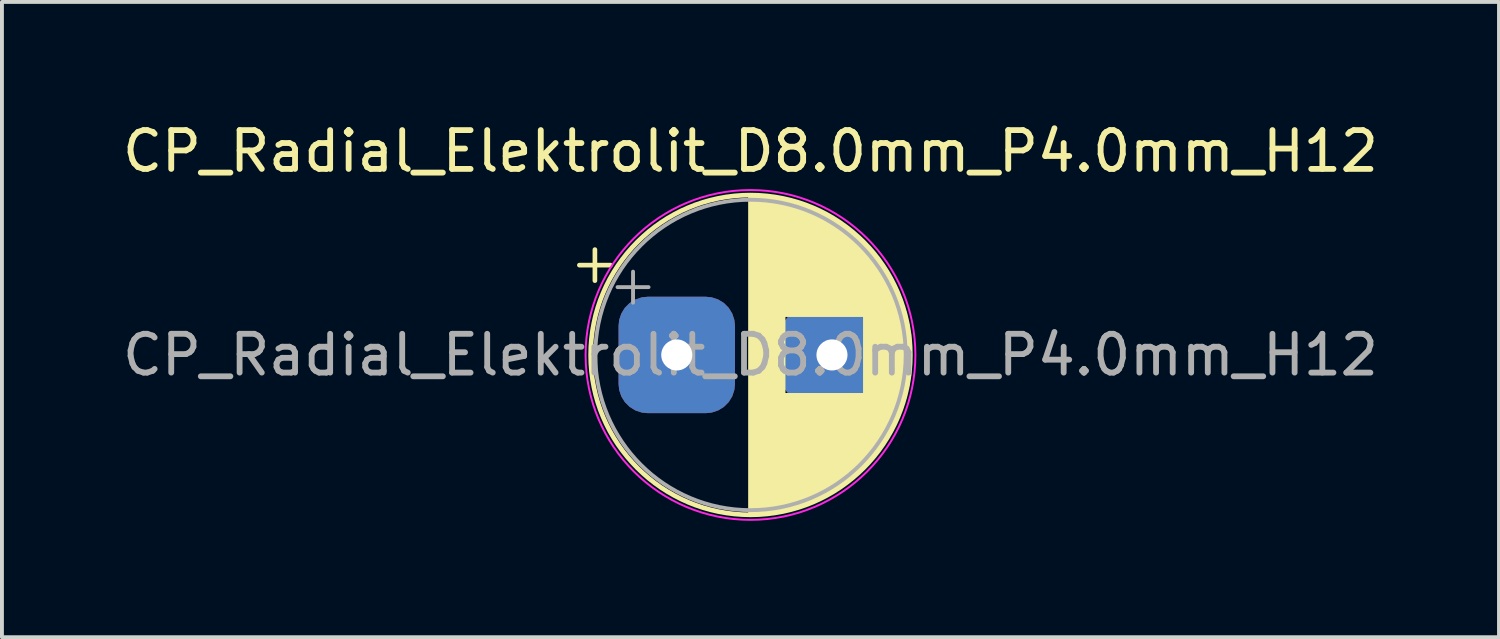
<source format=kicad_pcb>
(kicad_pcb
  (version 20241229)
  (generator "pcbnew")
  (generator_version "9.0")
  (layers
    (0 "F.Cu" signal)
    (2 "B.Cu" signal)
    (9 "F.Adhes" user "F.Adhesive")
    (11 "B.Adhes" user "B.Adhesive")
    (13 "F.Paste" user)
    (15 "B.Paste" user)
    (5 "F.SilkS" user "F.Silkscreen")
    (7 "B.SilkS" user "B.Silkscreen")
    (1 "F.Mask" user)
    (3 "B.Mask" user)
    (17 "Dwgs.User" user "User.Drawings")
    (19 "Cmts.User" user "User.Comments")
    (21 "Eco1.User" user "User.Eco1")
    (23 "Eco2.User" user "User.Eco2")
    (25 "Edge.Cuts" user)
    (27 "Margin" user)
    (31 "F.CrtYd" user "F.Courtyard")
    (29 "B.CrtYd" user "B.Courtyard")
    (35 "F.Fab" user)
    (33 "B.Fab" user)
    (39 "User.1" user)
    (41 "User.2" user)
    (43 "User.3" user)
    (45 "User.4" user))
  (footprint "CP_Radial_Elektrolit_D8.0mm_P4.0mm_H12"
    (layer "F.Cu")
    (at 14.392 6.098)
    (property "Reference" "CP_Radial_Elektrolit_D8.0mm_P4.0mm_H12" (at 1.9 -5.25 0) (layer "F.SilkS") (effects (font (size 1 1) (thickness 0.15))))
    (attr through_hole)
    (fp_line (start -2.51 -2.315) (end -1.71 -2.315) (stroke (width 0.12) (type solid)) (layer "F.SilkS"))
    (fp_line (start -2.11 -2.715) (end -2.11 -1.915) (stroke (width 0.12) (type solid)) (layer "F.SilkS"))
    (fp_line (start 1.9 -4.08) (end 1.9 4.08) (stroke (width 0.12) (type solid)) (layer "F.SilkS"))
    (fp_line (start 1.94 -4.08) (end 1.94 4.08) (stroke (width 0.12) (type solid)) (layer "F.SilkS"))
    (fp_line (start 1.98 -4.08) (end 1.98 4.08) (stroke (width 0.12) (type solid)) (layer "F.SilkS"))
    (fp_line (start 2.02 -4.079) (end 2.02 4.079) (stroke (width 0.12) (type solid)) (layer "F.SilkS"))
    (fp_line (start 2.06 -4.077) (end 2.06 4.077) (stroke (width 0.12) (type solid)) (layer "F.SilkS"))
    (fp_line (start 2.1 -4.076) (end 2.1 4.076) (stroke (width 0.12) (type solid)) (layer "F.SilkS"))
    (fp_line (start 2.14 -4.074) (end 2.14 4.074) (stroke (width 0.12) (type solid)) (layer "F.SilkS"))
    (fp_line (start 2.18 -4.071) (end 2.18 4.071) (stroke (width 0.12) (type solid)) (layer "F.SilkS"))
    (fp_line (start 2.22 -4.068) (end 2.22 4.068) (stroke (width 0.12) (type solid)) (layer "F.SilkS"))
    (fp_line (start 2.26 -4.065) (end 2.26 4.065) (stroke (width 0.12) (type solid)) (layer "F.SilkS"))
    (fp_line (start 2.3 -4.061) (end 2.3 4.061) (stroke (width 0.12) (type solid)) (layer "F.SilkS"))
    (fp_line (start 2.34 -4.057) (end 2.34 4.057) (stroke (width 0.12) (type solid)) (layer "F.SilkS"))
    (fp_line (start 2.38 -4.052) (end 2.38 4.052) (stroke (width 0.12) (type solid)) (layer "F.SilkS"))
    (fp_line (start 2.42 -4.048) (end 2.42 4.048) (stroke (width 0.12) (type solid)) (layer "F.SilkS"))
    (fp_line (start 2.46 -4.042) (end 2.46 4.042) (stroke (width 0.12) (type solid)) (layer "F.SilkS"))
    (fp_line (start 2.5 -4.037) (end 2.5 4.037) (stroke (width 0.12) (type solid)) (layer "F.SilkS"))
    (fp_line (start 2.54 -4.03) (end 2.54 4.03) (stroke (width 0.12) (type solid)) (layer "F.SilkS"))
    (fp_line (start 2.58 -4.024) (end 2.58 4.024) (stroke (width 0.12) (type solid)) (layer "F.SilkS"))
    (fp_line (start 2.621 -4.017) (end 2.621 4.017) (stroke (width 0.12) (type solid)) (layer "F.SilkS"))
    (fp_line (start 2.661 -4.01) (end 2.661 4.01) (stroke (width 0.12) (type solid)) (layer "F.SilkS"))
    (fp_line (start 2.701 -4.002) (end 2.701 4.002) (stroke (width 0.12) (type solid)) (layer "F.SilkS"))
    (fp_line (start 2.741 -3.994) (end 2.741 3.994) (stroke (width 0.12) (type solid)) (layer "F.SilkS"))
    (fp_line (start 2.781 -3.985) (end 2.781 -1.04) (stroke (width 0.12) (type solid)) (layer "F.SilkS"))
    (fp_line (start 2.781 1.04) (end 2.781 3.985) (stroke (width 0.12) (type solid)) (layer "F.SilkS"))
    (fp_line (start 2.821 -3.976) (end 2.821 -1.04) (stroke (width 0.12) (type solid)) (layer "F.SilkS"))
    (fp_line (start 2.821 1.04) (end 2.821 3.976) (stroke (width 0.12) (type solid)) (layer "F.SilkS"))
    (fp_line (start 2.861 -3.967) (end 2.861 -1.04) (stroke (width 0.12) (type solid)) (layer "F.SilkS"))
    (fp_line (start 2.861 1.04) (end 2.861 3.967) (stroke (width 0.12) (type solid)) (layer "F.SilkS"))
    (fp_line (start 2.901 -3.957) (end 2.901 -1.04) (stroke (width 0.12) (type solid)) (layer "F.SilkS"))
    (fp_line (start 2.901 1.04) (end 2.901 3.957) (stroke (width 0.12) (type solid)) (layer "F.SilkS"))
    (fp_line (start 2.941 -3.947) (end 2.941 -1.04) (stroke (width 0.12) (type solid)) (layer "F.SilkS"))
    (fp_line (start 2.941 1.04) (end 2.941 3.947) (stroke (width 0.12) (type solid)) (layer "F.SilkS"))
    (fp_line (start 2.981 -3.936) (end 2.981 -1.04) (stroke (width 0.12) (type solid)) (layer "F.SilkS"))
    (fp_line (start 2.981 1.04) (end 2.981 3.936) (stroke (width 0.12) (type solid)) (layer "F.SilkS"))
    (fp_line (start 3.021 -3.925) (end 3.021 -1.04) (stroke (width 0.12) (type solid)) (layer "F.SilkS"))
    (fp_line (start 3.021 1.04) (end 3.021 3.925) (stroke (width 0.12) (type solid)) (layer "F.SilkS"))
    (fp_line (start 3.061 -3.914) (end 3.061 -1.04) (stroke (width 0.12) (type solid)) (layer "F.SilkS"))
    (fp_line (start 3.061 1.04) (end 3.061 3.914) (stroke (width 0.12) (type solid)) (layer "F.SilkS"))
    (fp_line (start 3.101 -3.902) (end 3.101 -1.04) (stroke (width 0.12) (type solid)) (layer "F.SilkS"))
    (fp_line (start 3.101 1.04) (end 3.101 3.902) (stroke (width 0.12) (type solid)) (layer "F.SilkS"))
    (fp_line (start 3.141 -3.889) (end 3.141 -1.04) (stroke (width 0.12) (type solid)) (layer "F.SilkS"))
    (fp_line (start 3.141 1.04) (end 3.141 3.889) (stroke (width 0.12) (type solid)) (layer "F.SilkS"))
    (fp_line (start 3.181 -3.877) (end 3.181 -1.04) (stroke (width 0.12) (type solid)) (layer "F.SilkS"))
    (fp_line (start 3.181 1.04) (end 3.181 3.877) (stroke (width 0.12) (type solid)) (layer "F.SilkS"))
    (fp_line (start 3.221 -3.863) (end 3.221 -1.04) (stroke (width 0.12) (type solid)) (layer "F.SilkS"))
    (fp_line (start 3.221 1.04) (end 3.221 3.863) (stroke (width 0.12) (type solid)) (layer "F.SilkS"))
    (fp_line (start 3.261 -3.85) (end 3.261 -1.04) (stroke (width 0.12) (type solid)) (layer "F.SilkS"))
    (fp_line (start 3.261 1.04) (end 3.261 3.85) (stroke (width 0.12) (type solid)) (layer "F.SilkS"))
    (fp_line (start 3.301 -3.835) (end 3.301 -1.04) (stroke (width 0.12) (type solid)) (layer "F.SilkS"))
    (fp_line (start 3.301 1.04) (end 3.301 3.835) (stroke (width 0.12) (type solid)) (layer "F.SilkS"))
    (fp_line (start 3.341 -3.821) (end 3.341 -1.04) (stroke (width 0.12) (type solid)) (layer "F.SilkS"))
    (fp_line (start 3.341 1.04) (end 3.341 3.821) (stroke (width 0.12) (type solid)) (layer "F.SilkS"))
    (fp_line (start 3.381 -3.805) (end 3.381 -1.04) (stroke (width 0.12) (type solid)) (layer "F.SilkS"))
    (fp_line (start 3.381 1.04) (end 3.381 3.805) (stroke (width 0.12) (type solid)) (layer "F.SilkS"))
    (fp_line (start 3.421 -3.79) (end 3.421 -1.04) (stroke (width 0.12) (type solid)) (layer "F.SilkS"))
    (fp_line (start 3.421 1.04) (end 3.421 3.79) (stroke (width 0.12) (type solid)) (layer "F.SilkS"))
    (fp_line (start 3.461 -3.774) (end 3.461 -1.04) (stroke (width 0.12) (type solid)) (layer "F.SilkS"))
    (fp_line (start 3.461 1.04) (end 3.461 3.774) (stroke (width 0.12) (type solid)) (layer "F.SilkS"))
    (fp_line (start 3.501 -3.757) (end 3.501 -1.04) (stroke (width 0.12) (type solid)) (layer "F.SilkS"))
    (fp_line (start 3.501 1.04) (end 3.501 3.757) (stroke (width 0.12) (type solid)) (layer "F.SilkS"))
    (fp_line (start 3.541 -3.74) (end 3.541 -1.04) (stroke (width 0.12) (type solid)) (layer "F.SilkS"))
    (fp_line (start 3.541 1.04) (end 3.541 3.74) (stroke (width 0.12) (type solid)) (layer "F.SilkS"))
    (fp_line (start 3.581 -3.722) (end 3.581 -1.04) (stroke (width 0.12) (type solid)) (layer "F.SilkS"))
    (fp_line (start 3.581 1.04) (end 3.581 3.722) (stroke (width 0.12) (type solid)) (layer "F.SilkS"))
    (fp_line (start 3.621 -3.704) (end 3.621 -1.04) (stroke (width 0.12) (type solid)) (layer "F.SilkS"))
    (fp_line (start 3.621 1.04) (end 3.621 3.704) (stroke (width 0.12) (type solid)) (layer "F.SilkS"))
    (fp_line (start 3.661 -3.686) (end 3.661 -1.04) (stroke (width 0.12) (type solid)) (layer "F.SilkS"))
    (fp_line (start 3.661 1.04) (end 3.661 3.686) (stroke (width 0.12) (type solid)) (layer "F.SilkS"))
    (fp_line (start 3.701 -3.666) (end 3.701 -1.04) (stroke (width 0.12) (type solid)) (layer "F.SilkS"))
    (fp_line (start 3.701 1.04) (end 3.701 3.666) (stroke (width 0.12) (type solid)) (layer "F.SilkS"))
    (fp_line (start 3.741 -3.647) (end 3.741 -1.04) (stroke (width 0.12) (type solid)) (layer "F.SilkS"))
    (fp_line (start 3.741 1.04) (end 3.741 3.647) (stroke (width 0.12) (type solid)) (layer "F.SilkS"))
    (fp_line (start 3.781 -3.627) (end 3.781 -1.04) (stroke (width 0.12) (type solid)) (layer "F.SilkS"))
    (fp_line (start 3.781 1.04) (end 3.781 3.627) (stroke (width 0.12) (type solid)) (layer "F.SilkS"))
    (fp_line (start 3.821 -3.606) (end 3.821 -1.04) (stroke (width 0.12) (type solid)) (layer "F.SilkS"))
    (fp_line (start 3.821 1.04) (end 3.821 3.606) (stroke (width 0.12) (type solid)) (layer "F.SilkS"))
    (fp_line (start 3.861 -3.584) (end 3.861 -1.04) (stroke (width 0.12) (type solid)) (layer "F.SilkS"))
    (fp_line (start 3.861 1.04) (end 3.861 3.584) (stroke (width 0.12) (type solid)) (layer "F.SilkS"))
    (fp_line (start 3.901 -3.562) (end 3.901 -1.04) (stroke (width 0.12) (type solid)) (layer "F.SilkS"))
    (fp_line (start 3.901 1.04) (end 3.901 3.562) (stroke (width 0.12) (type solid)) (layer "F.SilkS"))
    (fp_line (start 3.941 -3.54) (end 3.941 -1.04) (stroke (width 0.12) (type solid)) (layer "F.SilkS"))
    (fp_line (start 3.941 1.04) (end 3.941 3.54) (stroke (width 0.12) (type solid)) (layer "F.SilkS"))
    (fp_line (start 3.981 -3.517) (end 3.981 -1.04) (stroke (width 0.12) (type solid)) (layer "F.SilkS"))
    (fp_line (start 3.981 1.04) (end 3.981 3.517) (stroke (width 0.12) (type solid)) (layer "F.SilkS"))
    (fp_line (start 4.021 -3.493) (end 4.021 -1.04) (stroke (width 0.12) (type solid)) (layer "F.SilkS"))
    (fp_line (start 4.021 1.04) (end 4.021 3.493) (stroke (width 0.12) (type solid)) (layer "F.SilkS"))
    (fp_line (start 4.061 -3.469) (end 4.061 -1.04) (stroke (width 0.12) (type solid)) (layer "F.SilkS"))
    (fp_line (start 4.061 1.04) (end 4.061 3.469) (stroke (width 0.12) (type solid)) (layer "F.SilkS"))
    (fp_line (start 4.101 -3.444) (end 4.101 -1.04) (stroke (width 0.12) (type solid)) (layer "F.SilkS"))
    (fp_line (start 4.101 1.04) (end 4.101 3.444) (stroke (width 0.12) (type solid)) (layer "F.SilkS"))
    (fp_line (start 4.141 -3.418) (end 4.141 -1.04) (stroke (width 0.12) (type solid)) (layer "F.SilkS"))
    (fp_line (start 4.141 1.04) (end 4.141 3.418) (stroke (width 0.12) (type solid)) (layer "F.SilkS"))
    (fp_line (start 4.181 -3.392) (end 4.181 -1.04) (stroke (width 0.12) (type solid)) (layer "F.SilkS"))
    (fp_line (start 4.181 1.04) (end 4.181 3.392) (stroke (width 0.12) (type solid)) (layer "F.SilkS"))
    (fp_line (start 4.221 -3.365) (end 4.221 -1.04) (stroke (width 0.12) (type solid)) (layer "F.SilkS"))
    (fp_line (start 4.221 1.04) (end 4.221 3.365) (stroke (width 0.12) (type solid)) (layer "F.SilkS"))
    (fp_line (start 4.261 -3.338) (end 4.261 -1.04) (stroke (width 0.12) (type solid)) (layer "F.SilkS"))
    (fp_line (start 4.261 1.04) (end 4.261 3.338) (stroke (width 0.12) (type solid)) (layer "F.SilkS"))
    (fp_line (start 4.301 -3.309) (end 4.301 -1.04) (stroke (width 0.12) (type solid)) (layer "F.SilkS"))
    (fp_line (start 4.301 1.04) (end 4.301 3.309) (stroke (width 0.12) (type solid)) (layer "F.SilkS"))
    (fp_line (start 4.341 -3.28) (end 4.341 -1.04) (stroke (width 0.12) (type solid)) (layer "F.SilkS"))
    (fp_line (start 4.341 1.04) (end 4.341 3.28) (stroke (width 0.12) (type solid)) (layer "F.SilkS"))
    (fp_line (start 4.381 -3.25) (end 4.381 -1.04) (stroke (width 0.12) (type solid)) (layer "F.SilkS"))
    (fp_line (start 4.381 1.04) (end 4.381 3.25) (stroke (width 0.12) (type solid)) (layer "F.SilkS"))
    (fp_line (start 4.421 -3.22) (end 4.421 -1.04) (stroke (width 0.12) (type solid)) (layer "F.SilkS"))
    (fp_line (start 4.421 1.04) (end 4.421 3.22) (stroke (width 0.12) (type solid)) (layer "F.SilkS"))
    (fp_line (start 4.461 -3.189) (end 4.461 -1.04) (stroke (width 0.12) (type solid)) (layer "F.SilkS"))
    (fp_line (start 4.461 1.04) (end 4.461 3.189) (stroke (width 0.12) (type solid)) (layer "F.SilkS"))
    (fp_line (start 4.501 -3.156) (end 4.501 -1.04) (stroke (width 0.12) (type solid)) (layer "F.SilkS"))
    (fp_line (start 4.501 1.04) (end 4.501 3.156) (stroke (width 0.12) (type solid)) (layer "F.SilkS"))
    (fp_line (start 4.541 -3.124) (end 4.541 -1.04) (stroke (width 0.12) (type solid)) (layer "F.SilkS"))
    (fp_line (start 4.541 1.04) (end 4.541 3.124) (stroke (width 0.12) (type solid)) (layer "F.SilkS"))
    (fp_line (start 4.581 -3.09) (end 4.581 -1.04) (stroke (width 0.12) (type solid)) (layer "F.SilkS"))
    (fp_line (start 4.581 1.04) (end 4.581 3.09) (stroke (width 0.12) (type solid)) (layer "F.SilkS"))
    (fp_line (start 4.621 -3.055) (end 4.621 -1.04) (stroke (width 0.12) (type solid)) (layer "F.SilkS"))
    (fp_line (start 4.621 1.04) (end 4.621 3.055) (stroke (width 0.12) (type solid)) (layer "F.SilkS"))
    (fp_line (start 4.661 -3.019) (end 4.661 -1.04) (stroke (width 0.12) (type solid)) (layer "F.SilkS"))
    (fp_line (start 4.661 1.04) (end 4.661 3.019) (stroke (width 0.12) (type solid)) (layer "F.SilkS"))
    (fp_line (start 4.701 -2.983) (end 4.701 -1.04) (stroke (width 0.12) (type solid)) (layer "F.SilkS"))
    (fp_line (start 4.701 1.04) (end 4.701 2.983) (stroke (width 0.12) (type solid)) (layer "F.SilkS"))
    (fp_line (start 4.741 -2.945) (end 4.741 -1.04) (stroke (width 0.12) (type solid)) (layer "F.SilkS"))
    (fp_line (start 4.741 1.04) (end 4.741 2.945) (stroke (width 0.12) (type solid)) (layer "F.SilkS"))
    (fp_line (start 4.781 -2.907) (end 4.781 -1.04) (stroke (width 0.12) (type solid)) (layer "F.SilkS"))
    (fp_line (start 4.781 1.04) (end 4.781 2.907) (stroke (width 0.12) (type solid)) (layer "F.SilkS"))
    (fp_line (start 4.821 -2.867) (end 4.821 -1.04) (stroke (width 0.12) (type solid)) (layer "F.SilkS"))
    (fp_line (start 4.821 1.04) (end 4.821 2.867) (stroke (width 0.12) (type solid)) (layer "F.SilkS"))
    (fp_line (start 4.861 -2.826) (end 4.861 2.826) (stroke (width 0.12) (type solid)) (layer "F.SilkS"))
    (fp_line (start 4.901 -2.784) (end 4.901 2.784) (stroke (width 0.12) (type solid)) (layer "F.SilkS"))
    (fp_line (start 4.941 -2.741) (end 4.941 2.741) (stroke (width 0.12) (type solid)) (layer "F.SilkS"))
    (fp_line (start 4.981 -2.697) (end 4.981 2.697) (stroke (width 0.12) (type solid)) (layer "F.SilkS"))
    (fp_line (start 5.021 -2.651) (end 5.021 2.651) (stroke (width 0.12) (type solid)) (layer "F.SilkS"))
    (fp_line (start 5.061 -2.604) (end 5.061 2.604) (stroke (width 0.12) (type solid)) (layer "F.SilkS"))
    (fp_line (start 5.101 -2.556) (end 5.101 2.556) (stroke (width 0.12) (type solid)) (layer "F.SilkS"))
    (fp_line (start 5.141 -2.505) (end 5.141 2.505) (stroke (width 0.12) (type solid)) (layer "F.SilkS"))
    (fp_line (start 5.181 -2.454) (end 5.181 2.454) (stroke (width 0.12) (type solid)) (layer "F.SilkS"))
    (fp_line (start 5.221 -2.4) (end 5.221 2.4) (stroke (width 0.12) (type solid)) (layer "F.SilkS"))
    (fp_line (start 5.261 -2.345) (end 5.261 2.345) (stroke (width 0.12) (type solid)) (layer "F.SilkS"))
    (fp_line (start 5.301 -2.287) (end 5.301 2.287) (stroke (width 0.12) (type solid)) (layer "F.SilkS"))
    (fp_line (start 5.341 -2.228) (end 5.341 2.228) (stroke (width 0.12) (type solid)) (layer "F.SilkS"))
    (fp_line (start 5.381 -2.166) (end 5.381 2.166) (stroke (width 0.12) (type solid)) (layer "F.SilkS"))
    (fp_line (start 5.421 -2.102) (end 5.421 2.102) (stroke (width 0.12) (type solid)) (layer "F.SilkS"))
    (fp_line (start 5.461 -2.034) (end 5.461 2.034) (stroke (width 0.12) (type solid)) (layer "F.SilkS"))
    (fp_line (start 5.501 -1.964) (end 5.501 1.964) (stroke (width 0.12) (type solid)) (layer "F.SilkS"))
    (fp_line (start 5.541 -1.89) (end 5.541 1.89) (stroke (width 0.12) (type solid)) (layer "F.SilkS"))
    (fp_line (start 5.581 -1.813) (end 5.581 1.813) (stroke (width 0.12) (type solid)) (layer "F.SilkS"))
    (fp_line (start 5.621 -1.731) (end 5.621 1.731) (stroke (width 0.12) (type solid)) (layer "F.SilkS"))
    (fp_line (start 5.661 -1.645) (end 5.661 1.645) (stroke (width 0.12) (type solid)) (layer "F.SilkS"))
    (fp_line (start 5.701 -1.552) (end 5.701 1.552) (stroke (width 0.12) (type solid)) (layer "F.SilkS"))
    (fp_line (start 5.741 -1.453) (end 5.741 1.453) (stroke (width 0.12) (type solid)) (layer "F.SilkS"))
    (fp_line (start 5.781 -1.346) (end 5.781 1.346) (stroke (width 0.12) (type solid)) (layer "F.SilkS"))
    (fp_line (start 5.821 -1.229) (end 5.821 1.229) (stroke (width 0.12) (type solid)) (layer "F.SilkS"))
    (fp_line (start 5.861 -1.098) (end 5.861 1.098) (stroke (width 0.12) (type solid)) (layer "F.SilkS"))
    (fp_line (start 5.901 -0.948) (end 5.901 0.948) (stroke (width 0.12) (type solid)) (layer "F.SilkS"))
    (fp_line (start 5.941 -0.768) (end 5.941 0.768) (stroke (width 0.12) (type solid)) (layer "F.SilkS"))
    (fp_line (start 5.981 -0.533) (end 5.981 0.533) (stroke (width 0.12) (type solid)) (layer "F.SilkS"))
    (fp_circle (center 1.9 0) (end 6.02 0) (stroke (width 0.12) (type solid)) (fill no) (layer "F.SilkS"))
    (fp_circle (center 1.9 0) (end 6.15 0) (stroke (width 0.05) (type solid)) (fill no) (layer "F.CrtYd"))
    (fp_line (start -1.527 -1.748) (end -0.727 -1.748) (stroke (width 0.1) (type solid)) (layer "F.Fab"))
    (fp_line (start -1.127 -2.147) (end -1.127 -1.347) (stroke (width 0.1) (type solid)) (layer "F.Fab"))
    (fp_circle (center 1.9 0) (end 5.9 0) (stroke (width 0.1) (type solid)) (fill no) (layer "F.Fab"))
    (fp_text user "${REFERENCE}" (at 1.9 0 0) (layer "F.Fab") (effects (font (size 1 1) (thickness 0.15))))
    (pad "1" thru_hole roundrect (at 0 0) (size 3 3) (drill 0.8) (layers "*.Cu" "*.Mask") (roundrect_rratio 0.25))
    (pad "2" thru_hole circle (at 4 0) (size 3 3) (drill 0.8) (layers "*.Cu" "*.Mask")))
  (gr_rect
    (start -3 -3)
    (end 35.583 13.373)
    (stroke (width 0.1) (type default))
    (fill no)
    (layer "Edge.Cuts")))
</source>
